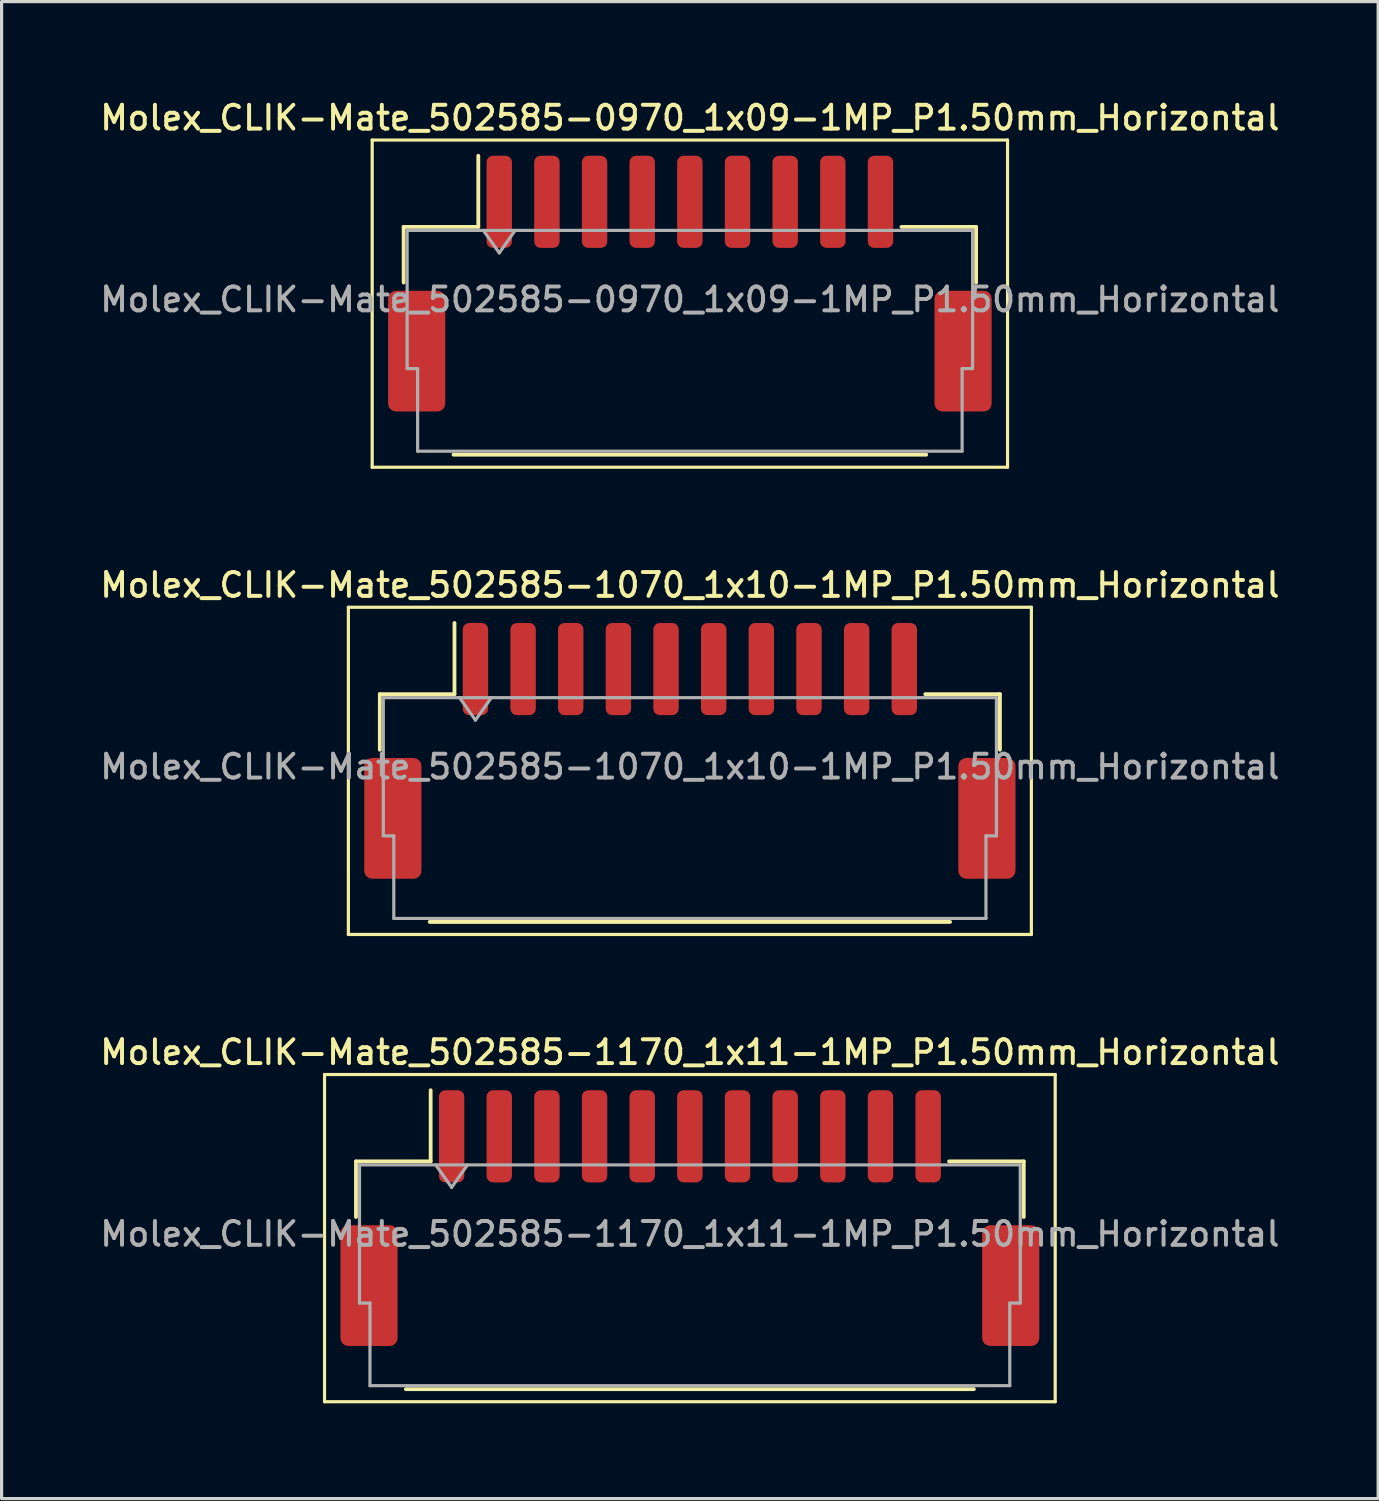
<source format=kicad_pcb>
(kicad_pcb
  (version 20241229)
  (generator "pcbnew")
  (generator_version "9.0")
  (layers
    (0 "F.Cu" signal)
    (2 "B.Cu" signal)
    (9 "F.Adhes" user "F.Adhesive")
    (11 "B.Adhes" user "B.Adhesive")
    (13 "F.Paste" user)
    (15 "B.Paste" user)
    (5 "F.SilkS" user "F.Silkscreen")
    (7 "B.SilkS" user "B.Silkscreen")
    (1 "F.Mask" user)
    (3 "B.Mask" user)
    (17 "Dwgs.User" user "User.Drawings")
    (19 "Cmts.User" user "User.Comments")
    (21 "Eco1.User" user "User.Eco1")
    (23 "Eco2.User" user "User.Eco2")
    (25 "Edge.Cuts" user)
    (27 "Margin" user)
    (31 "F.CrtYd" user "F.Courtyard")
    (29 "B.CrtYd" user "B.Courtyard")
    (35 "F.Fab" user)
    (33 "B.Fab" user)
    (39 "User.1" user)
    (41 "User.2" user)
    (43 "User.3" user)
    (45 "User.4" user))
  (footprint "Molex_CLIK-Mate_502585-1070_1x10-1MP_P1.50mm_Horizontal"
    (layer "F.Cu")
    (at 18.666 20.586)
    (property "Reference" "Molex_CLIK-Mate_502585-1070_1x10-1MP_P1.50mm_Horizontal" (at 0 -5.22 0) (layer "F.SilkS") (effects (font (size 0.75 0.75) (thickness 0.125))))
    (attr smd)
    (fp_line (start -10.75 -4.52) (end -10.75 5.78) (stroke (width 0.1) (type solid)) (layer "F.SilkS"))
    (fp_line (start -10.75 5.78) (end 10.75 5.78) (stroke (width 0.1) (type solid)) (layer "F.SilkS"))
    (fp_line (start -9.76 -1.785) (end -7.41 -1.785) (stroke (width 0.12) (type solid)) (layer "F.SilkS"))
    (fp_line (start -9.76 -0.035) (end -9.76 -1.785) (stroke (width 0.12) (type solid)) (layer "F.SilkS"))
    (fp_line (start -8.19 5.385) (end 8.19 5.385) (stroke (width 0.12) (type solid)) (layer "F.SilkS"))
    (fp_line (start -7.41 -1.785) (end -7.41 -4.025) (stroke (width 0.12) (type solid)) (layer "F.SilkS"))
    (fp_line (start 9.76 -1.785) (end 7.41 -1.785) (stroke (width 0.12) (type solid)) (layer "F.SilkS"))
    (fp_line (start 9.76 -0.035) (end 9.76 -1.785) (stroke (width 0.12) (type solid)) (layer "F.SilkS"))
    (fp_line (start 10.75 -4.52) (end -10.75 -4.52) (stroke (width 0.1) (type solid)) (layer "F.SilkS"))
    (fp_line (start 10.75 5.78) (end 10.75 -4.52) (stroke (width 0.1) (type solid)) (layer "F.SilkS"))
    (fp_line (start -9.65 -1.675) (end -9.65 2.675) (stroke (width 0.1) (type solid)) (layer "F.Fab"))
    (fp_line (start -9.65 -1.675) (end 9.65 -1.675) (stroke (width 0.1) (type solid)) (layer "F.Fab"))
    (fp_line (start -9.65 2.675) (end -9.32 2.675) (stroke (width 0.1) (type solid)) (layer "F.Fab"))
    (fp_line (start -9.32 2.675) (end -9.32 5.275) (stroke (width 0.1) (type solid)) (layer "F.Fab"))
    (fp_line (start -9.32 5.275) (end 9.32 5.275) (stroke (width 0.1) (type solid)) (layer "F.Fab"))
    (fp_line (start -7.25 -1.675) (end -6.75 -0.968) (stroke (width 0.1) (type solid)) (layer "F.Fab"))
    (fp_line (start -6.75 -0.968) (end -6.25 -1.675) (stroke (width 0.1) (type solid)) (layer "F.Fab"))
    (fp_line (start 9.32 2.675) (end 9.65 2.675) (stroke (width 0.1) (type solid)) (layer "F.Fab"))
    (fp_line (start 9.32 5.275) (end 9.32 2.675) (stroke (width 0.1) (type solid)) (layer "F.Fab"))
    (fp_line (start 9.65 -1.675) (end 9.65 2.675) (stroke (width 0.1) (type solid)) (layer "F.Fab"))
    (fp_text user "${REFERENCE}" (at 0 0.5 0) (layer "F.Fab") (effects (font (size 0.75 0.75) (thickness 0.125))))
    (pad "1" smd roundrect (at -6.75 -2.575) (size 0.8 2.9) (layers "F.Cu" "F.Mask" "F.Paste") (roundrect_rratio 0.25))
    (pad "2" smd roundrect (at -5.25 -2.575) (size 0.8 2.9) (layers "F.Cu" "F.Mask" "F.Paste") (roundrect_rratio 0.25))
    (pad "3" smd roundrect (at -3.75 -2.575) (size 0.8 2.9) (layers "F.Cu" "F.Mask" "F.Paste") (roundrect_rratio 0.25))
    (pad "4" smd roundrect (at -2.25 -2.575) (size 0.8 2.9) (layers "F.Cu" "F.Mask" "F.Paste") (roundrect_rratio 0.25))
    (pad "5" smd roundrect (at -0.75 -2.575) (size 0.8 2.9) (layers "F.Cu" "F.Mask" "F.Paste") (roundrect_rratio 0.25))
    (pad "6" smd roundrect (at 0.75 -2.575) (size 0.8 2.9) (layers "F.Cu" "F.Mask" "F.Paste") (roundrect_rratio 0.25))
    (pad "7" smd roundrect (at 2.25 -2.575) (size 0.8 2.9) (layers "F.Cu" "F.Mask" "F.Paste") (roundrect_rratio 0.25))
    (pad "8" smd roundrect (at 3.75 -2.575) (size 0.8 2.9) (layers "F.Cu" "F.Mask" "F.Paste") (roundrect_rratio 0.25))
    (pad "9" smd roundrect (at 5.25 -2.575) (size 0.8 2.9) (layers "F.Cu" "F.Mask" "F.Paste") (roundrect_rratio 0.25))
    (pad "10" smd roundrect (at 6.75 -2.575) (size 0.8 2.9) (layers "F.Cu" "F.Mask" "F.Paste") (roundrect_rratio 0.25))
    (pad "MP" smd roundrect (at -9.35 2.125) (size 1.8 3.8) (layers "F.Cu" "F.Mask" "F.Paste") (roundrect_rratio 0.139))
    (pad "MP" smd roundrect (at 9.35 2.125) (size 1.8 3.8) (layers "F.Cu" "F.Mask" "F.Paste") (roundrect_rratio 0.139)))
  (footprint "Molex_CLIK-Mate_502585-0970_1x09-1MP_P1.50mm_Horizontal"
    (layer "F.Cu")
    (at 18.666 5.878)
    (property "Reference" "Molex_CLIK-Mate_502585-0970_1x09-1MP_P1.50mm_Horizontal" (at 0 -5.22 0) (layer "F.SilkS") (effects (font (size 0.75 0.75) (thickness 0.125))))
    (attr smd)
    (fp_line (start -10 -4.52) (end -10 5.78) (stroke (width 0.1) (type solid)) (layer "F.SilkS"))
    (fp_line (start -10 5.78) (end 10 5.78) (stroke (width 0.1) (type solid)) (layer "F.SilkS"))
    (fp_line (start -9.01 -1.785) (end -6.66 -1.785) (stroke (width 0.12) (type solid)) (layer "F.SilkS"))
    (fp_line (start -9.01 -0.035) (end -9.01 -1.785) (stroke (width 0.12) (type solid)) (layer "F.SilkS"))
    (fp_line (start -7.44 5.385) (end 7.44 5.385) (stroke (width 0.12) (type solid)) (layer "F.SilkS"))
    (fp_line (start -6.66 -1.785) (end -6.66 -4.025) (stroke (width 0.12) (type solid)) (layer "F.SilkS"))
    (fp_line (start 9.01 -1.785) (end 6.66 -1.785) (stroke (width 0.12) (type solid)) (layer "F.SilkS"))
    (fp_line (start 9.01 -0.035) (end 9.01 -1.785) (stroke (width 0.12) (type solid)) (layer "F.SilkS"))
    (fp_line (start 10 -4.52) (end -10 -4.52) (stroke (width 0.1) (type solid)) (layer "F.SilkS"))
    (fp_line (start 10 5.78) (end 10 -4.52) (stroke (width 0.1) (type solid)) (layer "F.SilkS"))
    (fp_line (start -8.9 -1.675) (end -8.9 2.675) (stroke (width 0.1) (type solid)) (layer "F.Fab"))
    (fp_line (start -8.9 -1.675) (end 8.9 -1.675) (stroke (width 0.1) (type solid)) (layer "F.Fab"))
    (fp_line (start -8.9 2.675) (end -8.57 2.675) (stroke (width 0.1) (type solid)) (layer "F.Fab"))
    (fp_line (start -8.57 2.675) (end -8.57 5.275) (stroke (width 0.1) (type solid)) (layer "F.Fab"))
    (fp_line (start -8.57 5.275) (end 8.57 5.275) (stroke (width 0.1) (type solid)) (layer "F.Fab"))
    (fp_line (start -6.5 -1.675) (end -6 -0.968) (stroke (width 0.1) (type solid)) (layer "F.Fab"))
    (fp_line (start -6 -0.968) (end -5.5 -1.675) (stroke (width 0.1) (type solid)) (layer "F.Fab"))
    (fp_line (start 8.57 2.675) (end 8.9 2.675) (stroke (width 0.1) (type solid)) (layer "F.Fab"))
    (fp_line (start 8.57 5.275) (end 8.57 2.675) (stroke (width 0.1) (type solid)) (layer "F.Fab"))
    (fp_line (start 8.9 -1.675) (end 8.9 2.675) (stroke (width 0.1) (type solid)) (layer "F.Fab"))
    (fp_text user "${REFERENCE}" (at 0 0.5 0) (layer "F.Fab") (effects (font (size 0.75 0.75) (thickness 0.125))))
    (pad "1" smd roundrect (at -6 -2.575) (size 0.8 2.9) (layers "F.Cu" "F.Mask" "F.Paste") (roundrect_rratio 0.25))
    (pad "2" smd roundrect (at -4.5 -2.575) (size 0.8 2.9) (layers "F.Cu" "F.Mask" "F.Paste") (roundrect_rratio 0.25))
    (pad "3" smd roundrect (at -3 -2.575) (size 0.8 2.9) (layers "F.Cu" "F.Mask" "F.Paste") (roundrect_rratio 0.25))
    (pad "4" smd roundrect (at -1.5 -2.575) (size 0.8 2.9) (layers "F.Cu" "F.Mask" "F.Paste") (roundrect_rratio 0.25))
    (pad "5" smd roundrect (at 0 -2.575) (size 0.8 2.9) (layers "F.Cu" "F.Mask" "F.Paste") (roundrect_rratio 0.25))
    (pad "6" smd roundrect (at 1.5 -2.575) (size 0.8 2.9) (layers "F.Cu" "F.Mask" "F.Paste") (roundrect_rratio 0.25))
    (pad "7" smd roundrect (at 3 -2.575) (size 0.8 2.9) (layers "F.Cu" "F.Mask" "F.Paste") (roundrect_rratio 0.25))
    (pad "8" smd roundrect (at 4.5 -2.575) (size 0.8 2.9) (layers "F.Cu" "F.Mask" "F.Paste") (roundrect_rratio 0.25))
    (pad "9" smd roundrect (at 6 -2.575) (size 0.8 2.9) (layers "F.Cu" "F.Mask" "F.Paste") (roundrect_rratio 0.25))
    (pad "MP" smd roundrect (at -8.6 2.125) (size 1.8 3.8) (layers "F.Cu" "F.Mask" "F.Paste") (roundrect_rratio 0.139))
    (pad "MP" smd roundrect (at 8.6 2.125) (size 1.8 3.8) (layers "F.Cu" "F.Mask" "F.Paste") (roundrect_rratio 0.139)))
  (footprint "Molex_CLIK-Mate_502585-1170_1x11-1MP_P1.50mm_Horizontal"
    (layer "F.Cu")
    (at 18.666 35.294)
    (property "Reference" "Molex_CLIK-Mate_502585-1170_1x11-1MP_P1.50mm_Horizontal" (at 0 -5.22 0) (layer "F.SilkS") (effects (font (size 0.75 0.75) (thickness 0.125))))
    (attr smd)
    (fp_line (start -11.5 -4.52) (end -11.5 5.78) (stroke (width 0.1) (type solid)) (layer "F.SilkS"))
    (fp_line (start -11.5 5.78) (end 11.5 5.78) (stroke (width 0.1) (type solid)) (layer "F.SilkS"))
    (fp_line (start -10.51 -1.785) (end -8.16 -1.785) (stroke (width 0.12) (type solid)) (layer "F.SilkS"))
    (fp_line (start -10.51 -0.035) (end -10.51 -1.785) (stroke (width 0.12) (type solid)) (layer "F.SilkS"))
    (fp_line (start -8.94 5.385) (end 8.94 5.385) (stroke (width 0.12) (type solid)) (layer "F.SilkS"))
    (fp_line (start -8.16 -1.785) (end -8.16 -4.025) (stroke (width 0.12) (type solid)) (layer "F.SilkS"))
    (fp_line (start 10.51 -1.785) (end 8.16 -1.785) (stroke (width 0.12) (type solid)) (layer "F.SilkS"))
    (fp_line (start 10.51 -0.035) (end 10.51 -1.785) (stroke (width 0.12) (type solid)) (layer "F.SilkS"))
    (fp_line (start 11.5 -4.52) (end -11.5 -4.52) (stroke (width 0.1) (type solid)) (layer "F.SilkS"))
    (fp_line (start 11.5 5.78) (end 11.5 -4.52) (stroke (width 0.1) (type solid)) (layer "F.SilkS"))
    (fp_line (start -10.4 -1.675) (end -10.4 2.675) (stroke (width 0.1) (type solid)) (layer "F.Fab"))
    (fp_line (start -10.4 -1.675) (end 10.4 -1.675) (stroke (width 0.1) (type solid)) (layer "F.Fab"))
    (fp_line (start -10.4 2.675) (end -10.07 2.675) (stroke (width 0.1) (type solid)) (layer "F.Fab"))
    (fp_line (start -10.07 2.675) (end -10.07 5.275) (stroke (width 0.1) (type solid)) (layer "F.Fab"))
    (fp_line (start -10.07 5.275) (end 10.07 5.275) (stroke (width 0.1) (type solid)) (layer "F.Fab"))
    (fp_line (start -8 -1.675) (end -7.5 -0.968) (stroke (width 0.1) (type solid)) (layer "F.Fab"))
    (fp_line (start -7.5 -0.968) (end -7 -1.675) (stroke (width 0.1) (type solid)) (layer "F.Fab"))
    (fp_line (start 10.07 2.675) (end 10.4 2.675) (stroke (width 0.1) (type solid)) (layer "F.Fab"))
    (fp_line (start 10.07 5.275) (end 10.07 2.675) (stroke (width 0.1) (type solid)) (layer "F.Fab"))
    (fp_line (start 10.4 -1.675) (end 10.4 2.675) (stroke (width 0.1) (type solid)) (layer "F.Fab"))
    (fp_text user "${REFERENCE}" (at 0 0.5 0) (layer "F.Fab") (effects (font (size 0.75 0.75) (thickness 0.125))))
    (pad "1" smd roundrect (at -7.5 -2.575) (size 0.8 2.9) (layers "F.Cu" "F.Mask" "F.Paste") (roundrect_rratio 0.25))
    (pad "2" smd roundrect (at -6 -2.575) (size 0.8 2.9) (layers "F.Cu" "F.Mask" "F.Paste") (roundrect_rratio 0.25))
    (pad "3" smd roundrect (at -4.5 -2.575) (size 0.8 2.9) (layers "F.Cu" "F.Mask" "F.Paste") (roundrect_rratio 0.25))
    (pad "4" smd roundrect (at -3 -2.575) (size 0.8 2.9) (layers "F.Cu" "F.Mask" "F.Paste") (roundrect_rratio 0.25))
    (pad "5" smd roundrect (at -1.5 -2.575) (size 0.8 2.9) (layers "F.Cu" "F.Mask" "F.Paste") (roundrect_rratio 0.25))
    (pad "6" smd roundrect (at 0 -2.575) (size 0.8 2.9) (layers "F.Cu" "F.Mask" "F.Paste") (roundrect_rratio 0.25))
    (pad "7" smd roundrect (at 1.5 -2.575) (size 0.8 2.9) (layers "F.Cu" "F.Mask" "F.Paste") (roundrect_rratio 0.25))
    (pad "8" smd roundrect (at 3 -2.575) (size 0.8 2.9) (layers "F.Cu" "F.Mask" "F.Paste") (roundrect_rratio 0.25))
    (pad "9" smd roundrect (at 4.5 -2.575) (size 0.8 2.9) (layers "F.Cu" "F.Mask" "F.Paste") (roundrect_rratio 0.25))
    (pad "10" smd roundrect (at 6 -2.575) (size 0.8 2.9) (layers "F.Cu" "F.Mask" "F.Paste") (roundrect_rratio 0.25))
    (pad "11" smd roundrect (at 7.5 -2.575) (size 0.8 2.9) (layers "F.Cu" "F.Mask" "F.Paste") (roundrect_rratio 0.25))
    (pad "MP" smd roundrect (at -10.1 2.125) (size 1.8 3.8) (layers "F.Cu" "F.Mask" "F.Paste") (roundrect_rratio 0.139))
    (pad "MP" smd roundrect (at 10.1 2.125) (size 1.8 3.8) (layers "F.Cu" "F.Mask" "F.Paste") (roundrect_rratio 0.139)))
  (gr_rect
    (start -3 -3)
    (end 40.332 44.124)
    (stroke (width 0.1) (type default))
    (fill no)
    (layer "Edge.Cuts")))
</source>
